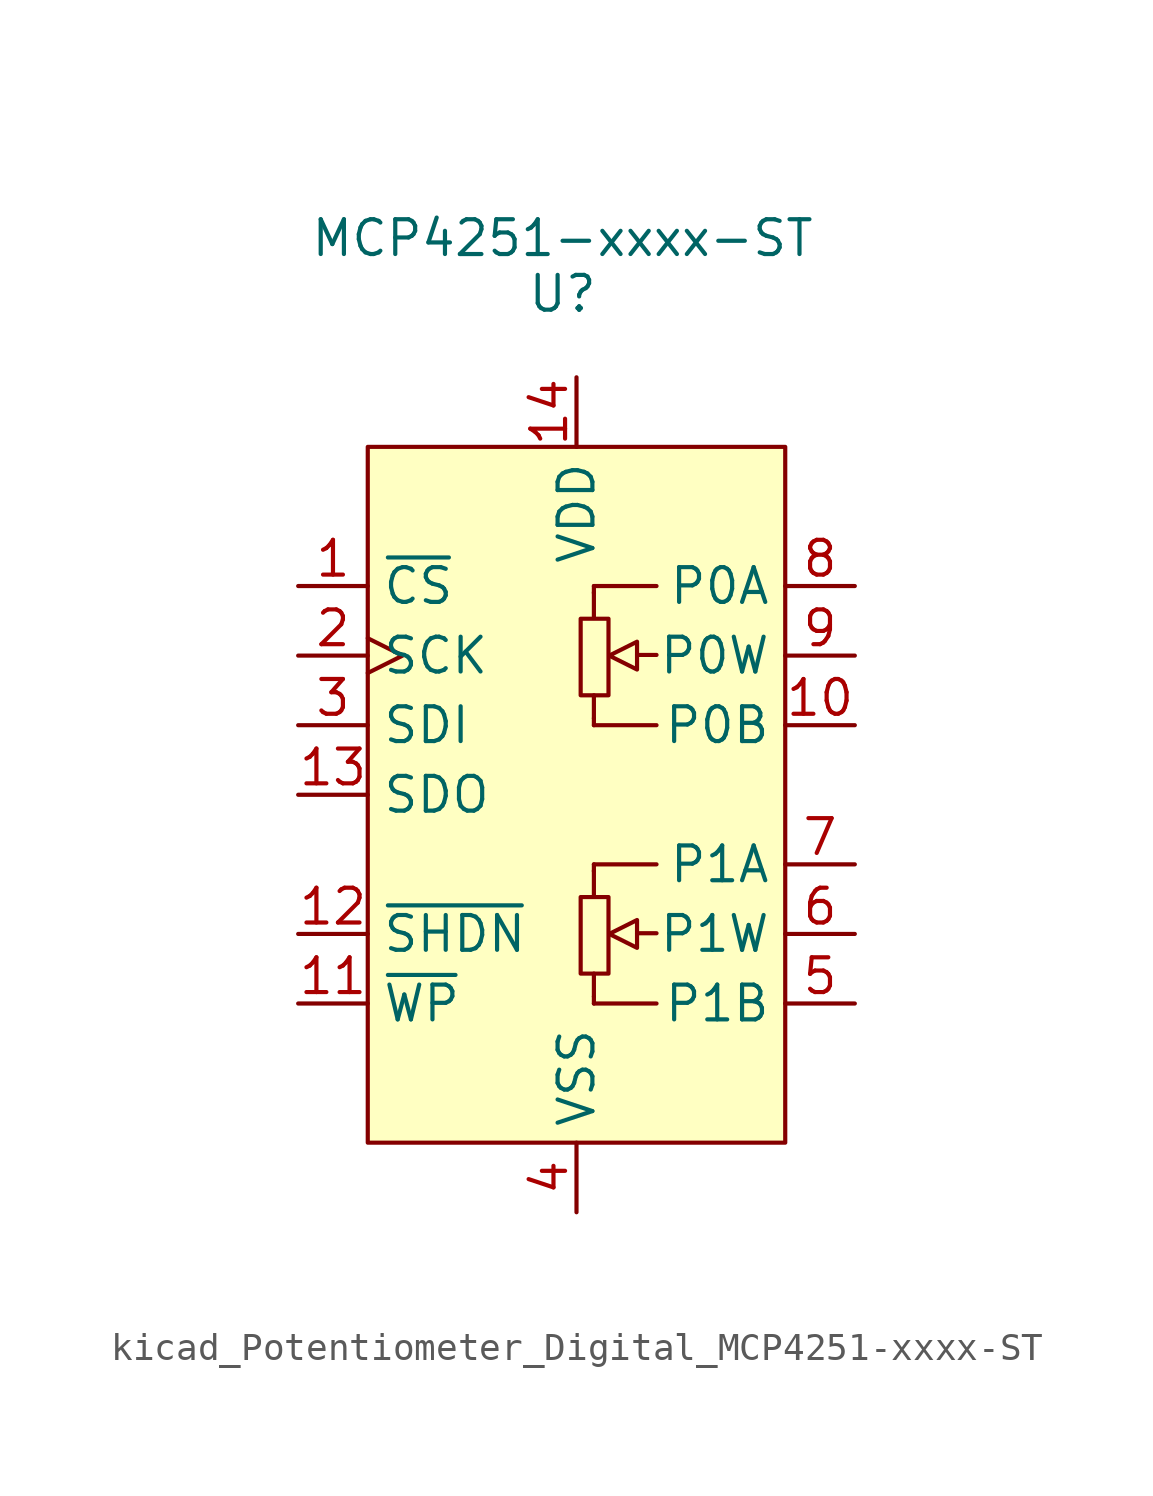
<source format=kicad_sym>
(kicad_symbol_lib
  (version 20220914)
  (generator kicad_symbol_editor)
  (symbol "kicad_Potentiometer_Digital_MCP4251-xxxx-ST"
    (property "Reference" "U"
      (at -0.508 18.288 0)
      (effects (font (size 1.27 1.27))))
    (property "Value" "MCP4251-xxxx-ST"
      (at -0.508 20.32 0)
      (effects (font (size 1.27 1.27))))
    (symbol "kicad_Potentiometer_Digital_MCP4251-xxxx-ST_1_1"
      (polyline (pts (xy 0.635 -7.366) (xy 0.635 -6.528)) (stroke (width 0) (type default)) (fill (type none)))
      (polyline (pts (xy 0.635 -2.769) (xy 0.635 -3.708)) (stroke (width 0) (type default)) (fill (type none)))
      (polyline (pts (xy 0.635 2.794) (xy 0.635 3.632)) (stroke (width 0) (type default)) (fill (type none)))
      (polyline (pts (xy 0.635 7.391) (xy 0.635 6.452)) (stroke (width 0) (type default)) (fill (type none)))
      (polyline (pts (xy 2.21 -5.055) (xy 2.921 -5.055)) (stroke (width 0) (type default)) (fill (type none)))
      (polyline (pts (xy 2.21 5.105) (xy 2.921 5.105)) (stroke (width 0) (type default)) (fill (type none)))
      (polyline (pts (xy 0.635 -7.62) (xy 0.635 -7.366) (xy 0.635 -7.366)) (stroke (width 0) (type default)) (fill (type background)))
      (polyline (pts (xy 0.635 -7.62) (xy 2.921 -7.62) (xy 2.921 -7.62)) (stroke (width 0) (type default)) (fill (type background)))
      (polyline (pts (xy 0.635 -2.54) (xy 0.635 -2.794) (xy 0.635 -2.794)) (stroke (width 0) (type default)) (fill (type none)))
      (polyline (pts (xy 0.635 -2.54) (xy 2.921 -2.54) (xy 2.921 -2.54)) (stroke (width 0) (type default)) (fill (type background)))
      (polyline (pts (xy 0.635 2.54) (xy 0.635 2.794) (xy 0.635 2.794)) (stroke (width 0) (type default)) (fill (type background)))
      (polyline (pts (xy 0.635 2.54) (xy 2.921 2.54) (xy 2.921 2.54)) (stroke (width 0) (type default)) (fill (type background)))
      (polyline (pts (xy 0.635 7.62) (xy 0.635 7.366) (xy 0.635 7.366)) (stroke (width 0) (type default)) (fill (type none)))
      (polyline (pts (xy 0.635 7.62) (xy 2.921 7.62) (xy 2.921 7.62)) (stroke (width 0) (type default)) (fill (type background)))
      (polyline (pts (xy 2.21 -4.572) (xy 2.21 -5.588) (xy 1.194 -5.08) (xy 2.21 -4.572) (xy 2.21 -4.572)) (stroke (width 0) (type default)) (fill (type background)))
      (polyline (pts (xy 2.21 5.588) (xy 2.21 4.572) (xy 1.194 5.08) (xy 2.21 5.588) (xy 2.21 5.588)) (stroke (width 0) (type default)) (fill (type background)))
      (polyline (pts (xy 0 12.7) (xy 7.62 12.7) (xy 7.62 0) (xy 7.62 -12.7) (xy -7.62 -12.7) (xy -7.62 12.7) (xy 0 12.7)) (stroke (width 0) (type default)) (fill (type background)))
      (rectangle (start 0.152 -3.734) (end 1.168 -6.528) (stroke (width 0) (type default)) (fill (type none)))
      (rectangle (start 0.152 6.426) (end 1.168 3.632) (stroke (width 0) (type default)) (fill (type none)))
      (pin input line (at -10.16 7.62 0) (length 2.54) (name "~{CS}" (effects (font (size 1.27 1.27)))) (number "1" (effects (font (size 1.27 1.27)))))
      (pin passive line (at 10.16 2.54 180) (length 2.54) (name "P0B" (effects (font (size 1.27 1.27)))) (number "10" (effects (font (size 1.27 1.27)))))
      (pin input line (at -10.16 -7.62 0) (length 2.54) (name "~{WP}" (effects (font (size 1.27 1.27)))) (number "11" (effects (font (size 1.27 1.27)))))
      (pin input line (at -10.16 -5.08 0) (length 2.54) (name "~{SHDN}" (effects (font (size 1.27 1.27)))) (number "12" (effects (font (size 1.27 1.27)))))
      (pin output line (at -10.16 0 0) (length 2.54) (name "SDO" (effects (font (size 1.27 1.27)))) (number "13" (effects (font (size 1.27 1.27)))))
      (pin power_in line (at 0 15.24 270) (length 2.54) (name "VDD" (effects (font (size 1.27 1.27)))) (number "14" (effects (font (size 1.27 1.27)))))
      (pin input clock (at -10.16 5.08 0) (length 2.54) (name "SCK" (effects (font (size 1.27 1.27)))) (number "2" (effects (font (size 1.27 1.27)))))
      (pin input line (at -10.16 2.54 0) (length 2.54) (name "SDI" (effects (font (size 1.27 1.27)))) (number "3" (effects (font (size 1.27 1.27)))))
      (pin power_in line (at 0 -15.24 90) (length 2.54) (name "VSS" (effects (font (size 1.27 1.27)))) (number "4" (effects (font (size 1.27 1.27)))))
      (pin passive line (at 10.16 -7.62 180) (length 2.54) (name "P1B" (effects (font (size 1.27 1.27)))) (number "5" (effects (font (size 1.27 1.27)))))
      (pin passive line (at 10.16 -5.08 180) (length 2.54) (name "P1W" (effects (font (size 1.27 1.27)))) (number "6" (effects (font (size 1.27 1.27)))))
      (pin passive line (at 10.16 -2.54 180) (length 2.54) (name "P1A" (effects (font (size 1.27 1.27)))) (number "7" (effects (font (size 1.27 1.27)))))
      (pin passive line (at 10.16 7.62 180) (length 2.54) (name "P0A" (effects (font (size 1.27 1.27)))) (number "8" (effects (font (size 1.27 1.27)))))
      (pin passive line (at 10.16 5.08 180) (length 2.54) (name "P0W" (effects (font (size 1.27 1.27)))) (number "9" (effects (font (size 1.27 1.27))))))))
</source>
